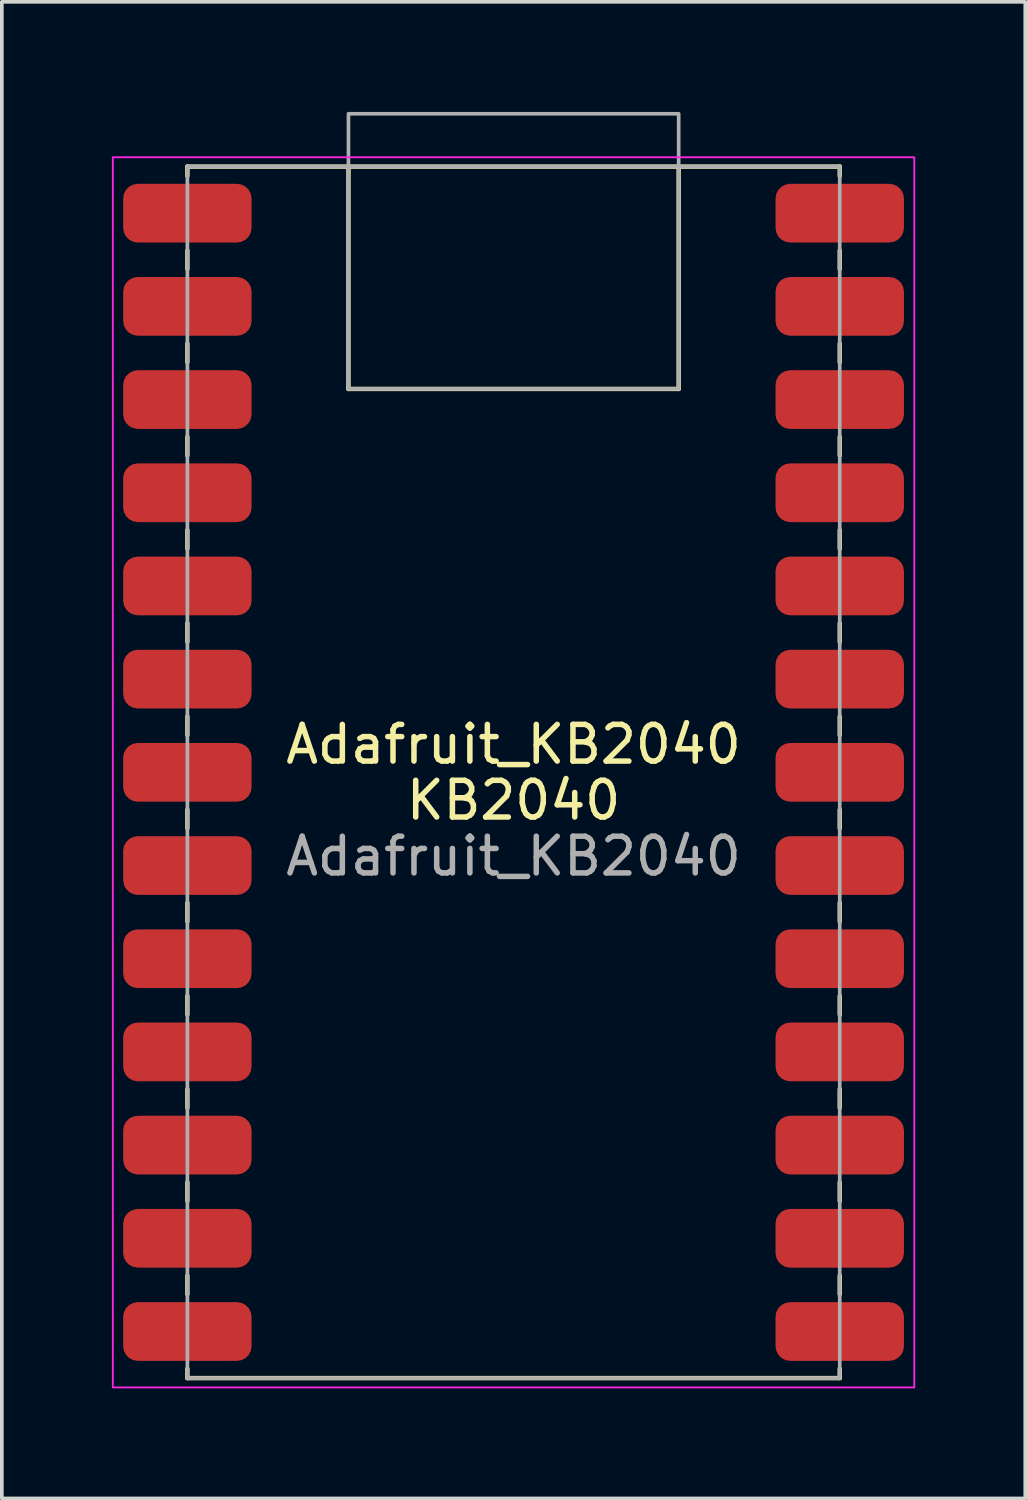
<source format=kicad_pcb>
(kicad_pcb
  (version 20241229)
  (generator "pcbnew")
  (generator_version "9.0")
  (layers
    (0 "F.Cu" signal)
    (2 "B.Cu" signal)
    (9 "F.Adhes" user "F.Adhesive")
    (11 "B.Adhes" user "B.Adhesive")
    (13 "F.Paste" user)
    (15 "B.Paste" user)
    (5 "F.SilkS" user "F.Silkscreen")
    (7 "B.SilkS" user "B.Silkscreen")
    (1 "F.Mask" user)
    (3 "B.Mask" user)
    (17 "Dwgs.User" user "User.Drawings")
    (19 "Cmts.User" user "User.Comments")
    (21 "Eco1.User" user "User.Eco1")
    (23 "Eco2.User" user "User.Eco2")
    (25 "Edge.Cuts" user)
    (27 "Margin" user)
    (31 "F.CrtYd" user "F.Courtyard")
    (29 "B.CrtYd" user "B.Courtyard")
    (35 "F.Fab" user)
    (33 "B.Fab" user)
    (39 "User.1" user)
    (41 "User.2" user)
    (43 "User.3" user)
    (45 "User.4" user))
  (footprint "Adafruit_KB2040"
    (layer "F.Cu")
    (at 10.947 18)
    (property "Reference" "Adafruit_KB2040" (at 0 -0.762 0) (unlocked yes) (layer "F.SilkS") (effects (font (size 1 1) (thickness 0.15))))
    (attr smd)
    (fp_line (start -8.89 -16.51) (end -8.89 -16.256) (stroke (width 0.12) (type solid)) (layer "F.SilkS"))
    (fp_line (start -8.89 -16.51) (end 8.89 -16.51) (stroke (width 0.12) (type solid)) (layer "F.SilkS"))
    (fp_line (start -8.89 -14.224) (end -8.89 -13.716) (stroke (width 0.12) (type solid)) (layer "F.SilkS"))
    (fp_line (start -8.89 -11.684) (end -8.89 -11.176) (stroke (width 0.12) (type solid)) (layer "F.SilkS"))
    (fp_line (start -8.89 -9.144) (end -8.89 -8.636) (stroke (width 0.12) (type solid)) (layer "F.SilkS"))
    (fp_line (start -8.89 -6.604) (end -8.89 -6.096) (stroke (width 0.12) (type solid)) (layer "F.SilkS"))
    (fp_line (start -8.89 -4.064) (end -8.89 -3.556) (stroke (width 0.12) (type solid)) (layer "F.SilkS"))
    (fp_line (start -8.89 -1.524) (end -8.89 -1.016) (stroke (width 0.12) (type solid)) (layer "F.SilkS"))
    (fp_line (start -8.89 1.016) (end -8.89 1.524) (stroke (width 0.12) (type solid)) (layer "F.SilkS"))
    (fp_line (start -8.89 3.556) (end -8.89 4.064) (stroke (width 0.12) (type solid)) (layer "F.SilkS"))
    (fp_line (start -8.89 6.096) (end -8.89 6.604) (stroke (width 0.12) (type solid)) (layer "F.SilkS"))
    (fp_line (start -8.89 8.636) (end -8.89 9.144) (stroke (width 0.12) (type solid)) (layer "F.SilkS"))
    (fp_line (start -8.89 11.176) (end -8.89 11.684) (stroke (width 0.12) (type solid)) (layer "F.SilkS"))
    (fp_line (start -8.89 13.716) (end -8.89 14.224) (stroke (width 0.12) (type solid)) (layer "F.SilkS"))
    (fp_line (start -8.89 16.51) (end -8.89 16.256) (stroke (width 0.12) (type solid)) (layer "F.SilkS"))
    (fp_line (start -8.89 16.51) (end 8.89 16.51) (stroke (width 0.12) (type solid)) (layer "F.SilkS"))
    (fp_line (start -4.5 -16.5) (end -4.5 -10.45) (stroke (width 0.12) (type solid)) (layer "F.SilkS"))
    (fp_line (start -4.5 -10.45) (end 4.5 -10.45) (stroke (width 0.12) (type solid)) (layer "F.SilkS"))
    (fp_line (start 4.5 -10.45) (end 4.5 -16.5) (stroke (width 0.12) (type solid)) (layer "F.SilkS"))
    (fp_line (start 8.89 -16.51) (end 8.89 -16.256) (stroke (width 0.12) (type solid)) (layer "F.SilkS"))
    (fp_line (start 8.89 -14.224) (end 8.89 -13.716) (stroke (width 0.12) (type solid)) (layer "F.SilkS"))
    (fp_line (start 8.89 -11.684) (end 8.89 -11.176) (stroke (width 0.12) (type solid)) (layer "F.SilkS"))
    (fp_line (start 8.89 -9.144) (end 8.89 -8.636) (stroke (width 0.12) (type solid)) (layer "F.SilkS"))
    (fp_line (start 8.89 -6.604) (end 8.89 -6.096) (stroke (width 0.12) (type solid)) (layer "F.SilkS"))
    (fp_line (start 8.89 -4.064) (end 8.89 -3.556) (stroke (width 0.12) (type solid)) (layer "F.SilkS"))
    (fp_line (start 8.89 -1.524) (end 8.89 -1.016) (stroke (width 0.12) (type solid)) (layer "F.SilkS"))
    (fp_line (start 8.89 1.524) (end 8.89 1.016) (stroke (width 0.12) (type solid)) (layer "F.SilkS"))
    (fp_line (start 8.89 4.064) (end 8.89 3.556) (stroke (width 0.12) (type solid)) (layer "F.SilkS"))
    (fp_line (start 8.89 6.604) (end 8.89 6.096) (stroke (width 0.12) (type solid)) (layer "F.SilkS"))
    (fp_line (start 8.89 9.144) (end 8.89 8.636) (stroke (width 0.12) (type solid)) (layer "F.SilkS"))
    (fp_line (start 8.89 11.684) (end 8.89 11.176) (stroke (width 0.12) (type solid)) (layer "F.SilkS"))
    (fp_line (start 8.89 14.224) (end 8.89 13.716) (stroke (width 0.12) (type solid)) (layer "F.SilkS"))
    (fp_line (start 8.89 16.51) (end 8.89 16.256) (stroke (width 0.12) (type solid)) (layer "F.SilkS"))
    (fp_rect (start -10.922 -16.764) (end 10.922 16.764) (stroke (width 0.05) (type solid)) (fill no) (layer "F.CrtYd"))
    (fp_rect (start -8.89 16.51) (end 8.89 -16.51) (stroke (width 0.1) (type solid)) (fill no) (layer "F.Fab"))
    (fp_rect (start -4.5 -10.45) (end 4.5 -17.95) (stroke (width 0.1) (type solid)) (fill no) (layer "F.Fab"))
    (fp_text user "KB2040" (at 0 0.762 0) (unlocked yes) (layer "F.SilkS") (effects (font (size 1 1) (thickness 0.15))))
    (fp_text user "${REFERENCE}" (at 0 2.286 0) (unlocked yes) (layer "F.Fab") (effects (font (size 1 1) (thickness 0.15))))
    (pad "1" smd roundrect (at -8.89 -15.24) (size 3.5 1.6) (layers "F.Cu" "F.Mask" "F.Paste") (roundrect_rratio 0.25))
    (pad "2" smd roundrect (at -8.89 -12.7) (size 3.5 1.6) (layers "F.Cu" "F.Mask" "F.Paste") (roundrect_rratio 0.25))
    (pad "3" smd roundrect (at -8.89 -10.16) (size 3.5 1.6) (layers "F.Cu" "F.Mask" "F.Paste") (roundrect_rratio 0.25))
    (pad "4" smd roundrect (at -8.89 -7.62) (size 3.5 1.6) (layers "F.Cu" "F.Mask" "F.Paste") (roundrect_rratio 0.25))
    (pad "5" smd roundrect (at -8.89 -5.08) (size 3.5 1.6) (layers "F.Cu" "F.Mask" "F.Paste") (roundrect_rratio 0.25))
    (pad "6" smd roundrect (at -8.89 -2.54) (size 3.5 1.6) (layers "F.Cu" "F.Mask" "F.Paste") (roundrect_rratio 0.25))
    (pad "7" smd roundrect (at -8.89 0) (size 3.5 1.6) (layers "F.Cu" "F.Mask" "F.Paste") (roundrect_rratio 0.25))
    (pad "8" smd roundrect (at -8.89 2.54) (size 3.5 1.6) (layers "F.Cu" "F.Mask" "F.Paste") (roundrect_rratio 0.25))
    (pad "9" smd roundrect (at -8.89 5.08) (size 3.5 1.6) (layers "F.Cu" "F.Mask" "F.Paste") (roundrect_rratio 0.25))
    (pad "10" smd roundrect (at -8.89 7.62) (size 3.5 1.6) (layers "F.Cu" "F.Mask" "F.Paste") (roundrect_rratio 0.25))
    (pad "11" smd roundrect (at -8.89 10.16) (size 3.5 1.6) (layers "F.Cu" "F.Mask" "F.Paste") (roundrect_rratio 0.25))
    (pad "12" smd roundrect (at -8.89 12.7) (size 3.5 1.6) (layers "F.Cu" "F.Mask" "F.Paste") (roundrect_rratio 0.25))
    (pad "13" smd roundrect (at -8.89 15.24) (size 3.5 1.6) (layers "F.Cu" "F.Mask" "F.Paste") (roundrect_rratio 0.25))
    (pad "14" smd roundrect (at 8.89 15.24) (size 3.5 1.6) (layers "F.Cu" "F.Mask" "F.Paste") (roundrect_rratio 0.25))
    (pad "15" smd roundrect (at 8.89 12.7) (size 3.5 1.6) (layers "F.Cu" "F.Mask" "F.Paste") (roundrect_rratio 0.25))
    (pad "16" smd roundrect (at 8.89 10.16) (size 3.5 1.6) (layers "F.Cu" "F.Mask" "F.Paste") (roundrect_rratio 0.25))
    (pad "17" smd roundrect (at 8.89 7.62) (size 3.5 1.6) (layers "F.Cu" "F.Mask" "F.Paste") (roundrect_rratio 0.25))
    (pad "18" smd roundrect (at 8.89 5.08) (size 3.5 1.6) (layers "F.Cu" "F.Mask" "F.Paste") (roundrect_rratio 0.25))
    (pad "19" smd roundrect (at 8.89 2.54) (size 3.5 1.6) (layers "F.Cu" "F.Mask" "F.Paste") (roundrect_rratio 0.25))
    (pad "20" smd roundrect (at 8.89 0) (size 3.5 1.6) (layers "F.Cu" "F.Mask" "F.Paste") (roundrect_rratio 0.25))
    (pad "21" smd roundrect (at 8.89 -2.54) (size 3.5 1.6) (layers "F.Cu" "F.Mask" "F.Paste") (roundrect_rratio 0.25))
    (pad "22" smd roundrect (at 8.89 -5.08) (size 3.5 1.6) (layers "F.Cu" "F.Mask" "F.Paste") (roundrect_rratio 0.25))
    (pad "23" smd roundrect (at 8.89 -7.62) (size 3.5 1.6) (layers "F.Cu" "F.Mask" "F.Paste") (roundrect_rratio 0.25))
    (pad "24" smd roundrect (at 8.89 -10.16) (size 3.5 1.6) (layers "F.Cu" "F.Mask" "F.Paste") (roundrect_rratio 0.25))
    (pad "25" smd roundrect (at 8.89 -12.7) (size 3.5 1.6) (layers "F.Cu" "F.Mask" "F.Paste") (roundrect_rratio 0.25))
    (pad "26" smd roundrect (at 8.89 -15.24) (size 3.5 1.6) (layers "F.Cu" "F.Mask" "F.Paste") (roundrect_rratio 0.25)))
  (gr_rect
    (start -3 -3)
    (end 24.894 37.789)
    (stroke (width 0.1) (type default))
    (fill no)
    (layer "Edge.Cuts")))
</source>
